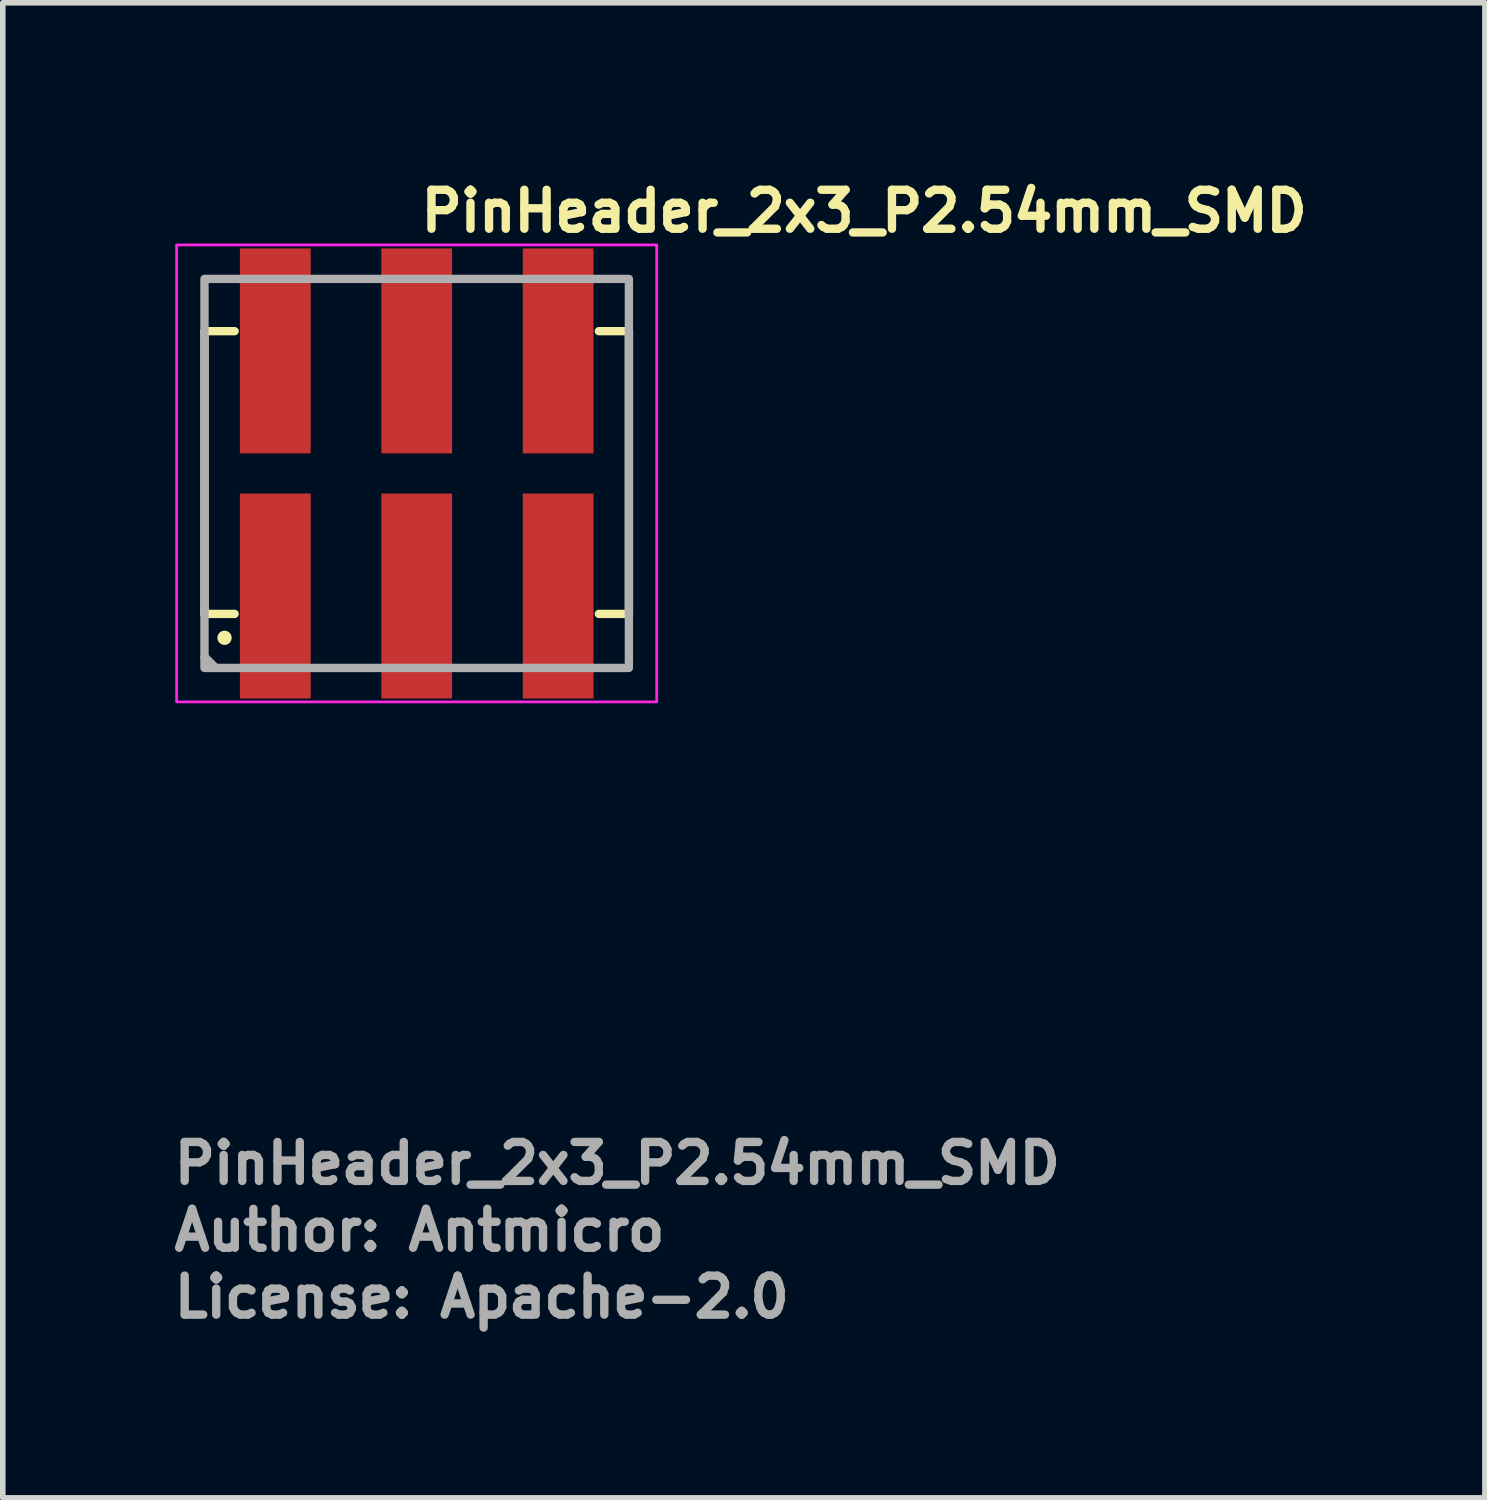
<source format=kicad_pcb>
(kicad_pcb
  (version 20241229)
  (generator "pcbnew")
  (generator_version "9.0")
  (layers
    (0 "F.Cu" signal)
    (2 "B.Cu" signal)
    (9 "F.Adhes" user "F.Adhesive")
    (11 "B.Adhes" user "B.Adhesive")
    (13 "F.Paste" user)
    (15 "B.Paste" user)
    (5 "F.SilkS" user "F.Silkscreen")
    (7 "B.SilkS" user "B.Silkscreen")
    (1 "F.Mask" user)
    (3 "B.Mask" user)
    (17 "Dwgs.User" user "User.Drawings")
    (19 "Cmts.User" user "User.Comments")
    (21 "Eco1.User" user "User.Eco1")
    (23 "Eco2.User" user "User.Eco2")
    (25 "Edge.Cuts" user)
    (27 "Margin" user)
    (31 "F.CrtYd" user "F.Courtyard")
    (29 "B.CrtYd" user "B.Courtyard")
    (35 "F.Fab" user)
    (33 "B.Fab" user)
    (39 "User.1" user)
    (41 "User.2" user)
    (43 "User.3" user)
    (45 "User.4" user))
  (footprint "PinHeader_2x3_P2.54mm_SMD"
    (layer "F.Cu")
    (at 4.431 5.45)
    (property "Reference" "PinHeader_2x3_P2.54mm_SMD" (at 0 -4.3 180) (layer "F.SilkS") (effects (font (size 0.7 0.7) (thickness 0.15)) (justify left bottom)))
    (attr smd)
    (fp_line (start -3.809 -2.555) (end -3.269 -2.555) (stroke (width 0.15) (type solid)) (layer "F.SilkS"))
    (fp_line (start -3.809 2.521) (end -3.809 -2.555) (stroke (width 0.15) (type solid)) (layer "F.SilkS"))
    (fp_line (start -3.809 2.521) (end -3.269 2.521) (stroke (width 0.15) (type solid)) (layer "F.SilkS"))
    (fp_line (start 3.81 -2.555) (end 3.27 -2.555) (stroke (width 0.15) (type solid)) (layer "F.SilkS"))
    (fp_line (start 3.81 -2.555) (end 3.81 2.521) (stroke (width 0.15) (type solid)) (layer "F.SilkS"))
    (fp_line (start 3.81 2.521) (end 3.27 2.521) (stroke (width 0.15) (type solid)) (layer "F.SilkS"))
    (fp_circle (center -3.45 2.95) (end -3.397 2.95) (stroke (width 0.15) (type solid)) (fill yes) (layer "F.SilkS"))
    (fp_rect (start -4.31 -4.103) (end 4.309 4.101) (stroke (width 0.05) (type solid)) (fill no) (layer "F.CrtYd"))
    (fp_line (start -3.81 3.29) (end -3.61 3.49) (stroke (width 0.15) (type solid)) (layer "F.Fab"))
    (fp_rect (start -3.81 -3.493) (end 3.809 3.491) (stroke (width 0.15) (type solid)) (fill no) (layer "F.Fab"))
    (fp_rect (start -3.81 -3.493) (end 3.809 3.491) (stroke (width 0.1) (type solid)) (fill no) (layer "User.5"))
    (fp_line (start -3.81 -2.032) (end -3.81 2.031) (stroke (width 0.02) (type solid)) (layer "User.9"))
    (fp_line (start -3.302 -2.54) (end -3.81 -2.032) (stroke (width 0.02) (type solid)) (layer "User.9"))
    (fp_line (start -3.302 -2.54) (end -3.302 2.539) (stroke (width 0.02) (type solid)) (layer "User.9"))
    (fp_line (start -3.302 2.539) (end -3.81 2.031) (stroke (width 0.02) (type solid)) (layer "User.9"))
    (fp_line (start -2.859 -3.239) (end -2.859 -2.54) (stroke (width 0.02) (type solid)) (layer "User.9"))
    (fp_line (start -2.859 -3.239) (end -2.731 -3.493) (stroke (width 0.02) (type solid)) (layer "User.9"))
    (fp_line (start -2.859 -1.589) (end -2.731 -1.462) (stroke (width 0.02) (type solid)) (layer "User.9"))
    (fp_line (start -2.859 -0.954) (end -2.859 -1.589) (stroke (width 0.02) (type solid)) (layer "User.9"))
    (fp_line (start -2.859 -0.954) (end -2.731 -1.081) (stroke (width 0.02) (type solid)) (layer "User.9"))
    (fp_line (start -2.859 1.586) (end -2.859 0.952) (stroke (width 0.02) (type solid)) (layer "User.9"))
    (fp_line (start -2.859 1.586) (end -2.731 1.459) (stroke (width 0.02) (type solid)) (layer "User.9"))
    (fp_line (start -2.859 2.539) (end -2.859 3.237) (stroke (width 0.02) (type solid)) (layer "User.9"))
    (fp_line (start -2.859 3.237) (end -2.731 3.491) (stroke (width 0.02) (type solid)) (layer "User.9"))
    (fp_line (start -2.731 -1.081) (end -2.731 -1.462) (stroke (width 0.02) (type solid)) (layer "User.9"))
    (fp_line (start -2.731 1.078) (end -2.859 0.952) (stroke (width 0.02) (type solid)) (layer "User.9"))
    (fp_line (start -2.731 1.459) (end -2.731 1.078) (stroke (width 0.02) (type solid)) (layer "User.9"))
    (fp_line (start -2.351 -3.493) (end -2.731 -3.493) (stroke (width 0.02) (type solid)) (layer "User.9"))
    (fp_line (start -2.351 -3.493) (end -2.223 -3.239) (stroke (width 0.02) (type solid)) (layer "User.9"))
    (fp_line (start -2.351 -1.462) (end -2.731 -1.462) (stroke (width 0.02) (type solid)) (layer "User.9"))
    (fp_line (start -2.351 -1.462) (end -2.351 -1.081) (stroke (width 0.02) (type solid)) (layer "User.9"))
    (fp_line (start -2.351 -1.081) (end -2.731 -1.081) (stroke (width 0.02) (type solid)) (layer "User.9"))
    (fp_line (start -2.351 1.078) (end -2.731 1.078) (stroke (width 0.02) (type solid)) (layer "User.9"))
    (fp_line (start -2.351 1.078) (end -2.351 1.459) (stroke (width 0.02) (type solid)) (layer "User.9"))
    (fp_line (start -2.351 1.459) (end -2.731 1.459) (stroke (width 0.02) (type solid)) (layer "User.9"))
    (fp_line (start -2.351 1.459) (end -2.223 1.586) (stroke (width 0.02) (type solid)) (layer "User.9"))
    (fp_line (start -2.351 3.491) (end -2.731 3.491) (stroke (width 0.02) (type solid)) (layer "User.9"))
    (fp_line (start -2.223 -3.239) (end -2.859 -3.239) (stroke (width 0.02) (type solid)) (layer "User.9"))
    (fp_line (start -2.223 -3.239) (end -2.223 -2.54) (stroke (width 0.02) (type solid)) (layer "User.9"))
    (fp_line (start -2.223 -1.589) (end -2.859 -1.589) (stroke (width 0.02) (type solid)) (layer "User.9"))
    (fp_line (start -2.223 -1.589) (end -2.351 -1.462) (stroke (width 0.02) (type solid)) (layer "User.9"))
    (fp_line (start -2.223 -1.589) (end -2.223 -0.954) (stroke (width 0.02) (type solid)) (layer "User.9"))
    (fp_line (start -2.223 -0.954) (end -2.859 -0.954) (stroke (width 0.02) (type solid)) (layer "User.9"))
    (fp_line (start -2.223 -0.954) (end -2.351 -1.081) (stroke (width 0.02) (type solid)) (layer "User.9"))
    (fp_line (start -2.223 0.952) (end -2.859 0.952) (stroke (width 0.02) (type solid)) (layer "User.9"))
    (fp_line (start -2.223 0.952) (end -2.351 1.078) (stroke (width 0.02) (type solid)) (layer "User.9"))
    (fp_line (start -2.223 0.952) (end -2.223 1.586) (stroke (width 0.02) (type solid)) (layer "User.9"))
    (fp_line (start -2.223 1.586) (end -2.859 1.586) (stroke (width 0.02) (type solid)) (layer "User.9"))
    (fp_line (start -2.223 2.539) (end -2.223 3.237) (stroke (width 0.02) (type solid)) (layer "User.9"))
    (fp_line (start -2.223 3.237) (end -2.859 3.237) (stroke (width 0.02) (type solid)) (layer "User.9"))
    (fp_line (start -2.223 3.237) (end -2.351 3.491) (stroke (width 0.02) (type solid)) (layer "User.9"))
    (fp_line (start -1.778 -2.54) (end -3.302 -2.54) (stroke (width 0.02) (type solid)) (layer "User.9"))
    (fp_line (start -1.778 -2.54) (end -1.778 2.539) (stroke (width 0.02) (type solid)) (layer "User.9"))
    (fp_line (start -1.778 -2.54) (end -1.27 -2.032) (stroke (width 0.02) (type solid)) (layer "User.9"))
    (fp_line (start -1.778 2.539) (end -3.302 2.539) (stroke (width 0.02) (type solid)) (layer "User.9"))
    (fp_line (start -1.27 -2.032) (end -1.27 2.031) (stroke (width 0.02) (type solid)) (layer "User.9"))
    (fp_line (start -1.27 -2.032) (end -0.762 -2.54) (stroke (width 0.02) (type solid)) (layer "User.9"))
    (fp_line (start -1.27 2.031) (end -1.778 2.539) (stroke (width 0.02) (type solid)) (layer "User.9"))
    (fp_line (start -0.762 -2.54) (end -0.762 2.539) (stroke (width 0.02) (type solid)) (layer "User.9"))
    (fp_line (start -0.762 2.539) (end -1.27 2.031) (stroke (width 0.02) (type solid)) (layer "User.9"))
    (fp_line (start -0.318 -3.239) (end -0.318 -2.54) (stroke (width 0.02) (type solid)) (layer "User.9"))
    (fp_line (start -0.318 -3.239) (end -0.191 -3.493) (stroke (width 0.02) (type solid)) (layer "User.9"))
    (fp_line (start -0.318 -1.589) (end -0.191 -1.462) (stroke (width 0.02) (type solid)) (layer "User.9"))
    (fp_line (start -0.318 -0.954) (end -0.318 -1.589) (stroke (width 0.02) (type solid)) (layer "User.9"))
    (fp_line (start -0.318 -0.954) (end -0.191 -1.081) (stroke (width 0.02) (type solid)) (layer "User.9"))
    (fp_line (start -0.318 1.586) (end -0.318 0.952) (stroke (width 0.02) (type solid)) (layer "User.9"))
    (fp_line (start -0.318 1.586) (end -0.191 1.459) (stroke (width 0.02) (type solid)) (layer "User.9"))
    (fp_line (start -0.318 2.539) (end -0.318 3.237) (stroke (width 0.02) (type solid)) (layer "User.9"))
    (fp_line (start -0.318 3.237) (end -0.191 3.491) (stroke (width 0.02) (type solid)) (layer "User.9"))
    (fp_line (start -0.191 -1.081) (end -0.191 -1.462) (stroke (width 0.02) (type solid)) (layer "User.9"))
    (fp_line (start -0.191 1.078) (end -0.318 0.952) (stroke (width 0.02) (type solid)) (layer "User.9"))
    (fp_line (start -0.191 1.459) (end -0.191 1.078) (stroke (width 0.02) (type solid)) (layer "User.9"))
    (fp_line (start 0.189 -3.493) (end -0.191 -3.493) (stroke (width 0.02) (type solid)) (layer "User.9"))
    (fp_line (start 0.189 -3.493) (end 0.316 -3.239) (stroke (width 0.02) (type solid)) (layer "User.9"))
    (fp_line (start 0.189 -1.462) (end -0.191 -1.462) (stroke (width 0.02) (type solid)) (layer "User.9"))
    (fp_line (start 0.189 -1.462) (end 0.189 -1.081) (stroke (width 0.02) (type solid)) (layer "User.9"))
    (fp_line (start 0.189 -1.081) (end -0.191 -1.081) (stroke (width 0.02) (type solid)) (layer "User.9"))
    (fp_line (start 0.189 1.078) (end -0.191 1.078) (stroke (width 0.02) (type solid)) (layer "User.9"))
    (fp_line (start 0.189 1.078) (end 0.189 1.459) (stroke (width 0.02) (type solid)) (layer "User.9"))
    (fp_line (start 0.189 1.459) (end -0.191 1.459) (stroke (width 0.02) (type solid)) (layer "User.9"))
    (fp_line (start 0.189 1.459) (end 0.316 1.586) (stroke (width 0.02) (type solid)) (layer "User.9"))
    (fp_line (start 0.189 3.491) (end -0.191 3.491) (stroke (width 0.02) (type solid)) (layer "User.9"))
    (fp_line (start 0.316 -3.239) (end -0.318 -3.239) (stroke (width 0.02) (type solid)) (layer "User.9"))
    (fp_line (start 0.316 -3.239) (end 0.316 -2.54) (stroke (width 0.02) (type solid)) (layer "User.9"))
    (fp_line (start 0.316 -1.589) (end -0.318 -1.589) (stroke (width 0.02) (type solid)) (layer "User.9"))
    (fp_line (start 0.316 -1.589) (end 0.189 -1.462) (stroke (width 0.02) (type solid)) (layer "User.9"))
    (fp_line (start 0.316 -1.589) (end 0.316 -0.954) (stroke (width 0.02) (type solid)) (layer "User.9"))
    (fp_line (start 0.316 -0.954) (end -0.318 -0.954) (stroke (width 0.02) (type solid)) (layer "User.9"))
    (fp_line (start 0.316 -0.954) (end 0.189 -1.081) (stroke (width 0.02) (type solid)) (layer "User.9"))
    (fp_line (start 0.316 0.952) (end -0.318 0.952) (stroke (width 0.02) (type solid)) (layer "User.9"))
    (fp_line (start 0.316 0.952) (end 0.189 1.078) (stroke (width 0.02) (type solid)) (layer "User.9"))
    (fp_line (start 0.316 0.952) (end 0.316 1.586) (stroke (width 0.02) (type solid)) (layer "User.9"))
    (fp_line (start 0.316 1.586) (end -0.318 1.586) (stroke (width 0.02) (type solid)) (layer "User.9"))
    (fp_line (start 0.316 2.539) (end 0.316 3.237) (stroke (width 0.02) (type solid)) (layer "User.9"))
    (fp_line (start 0.316 3.237) (end -0.318 3.237) (stroke (width 0.02) (type solid)) (layer "User.9"))
    (fp_line (start 0.316 3.237) (end 0.189 3.491) (stroke (width 0.02) (type solid)) (layer "User.9"))
    (fp_line (start 0.76 -2.54) (end -0.762 -2.54) (stroke (width 0.02) (type solid)) (layer "User.9"))
    (fp_line (start 0.76 -2.54) (end 0.76 2.539) (stroke (width 0.02) (type solid)) (layer "User.9"))
    (fp_line (start 0.76 -2.54) (end 1.269 -2.032) (stroke (width 0.02) (type solid)) (layer "User.9"))
    (fp_line (start 0.76 2.539) (end -0.762 2.539) (stroke (width 0.02) (type solid)) (layer "User.9"))
    (fp_line (start 1.269 -2.032) (end 1.269 2.031) (stroke (width 0.02) (type solid)) (layer "User.9"))
    (fp_line (start 1.269 -2.032) (end 1.777 -2.54) (stroke (width 0.02) (type solid)) (layer "User.9"))
    (fp_line (start 1.269 2.031) (end 0.76 2.539) (stroke (width 0.02) (type solid)) (layer "User.9"))
    (fp_line (start 1.777 -2.54) (end 1.777 2.539) (stroke (width 0.02) (type solid)) (layer "User.9"))
    (fp_line (start 1.777 2.539) (end 1.269 2.031) (stroke (width 0.02) (type solid)) (layer "User.9"))
    (fp_line (start 2.221 -3.239) (end 2.221 -2.54) (stroke (width 0.02) (type solid)) (layer "User.9"))
    (fp_line (start 2.221 -3.239) (end 2.349 -3.493) (stroke (width 0.02) (type solid)) (layer "User.9"))
    (fp_line (start 2.221 -1.589) (end 2.349 -1.462) (stroke (width 0.02) (type solid)) (layer "User.9"))
    (fp_line (start 2.221 -0.954) (end 2.221 -1.589) (stroke (width 0.02) (type solid)) (layer "User.9"))
    (fp_line (start 2.221 -0.954) (end 2.349 -1.081) (stroke (width 0.02) (type solid)) (layer "User.9"))
    (fp_line (start 2.221 1.586) (end 2.221 0.952) (stroke (width 0.02) (type solid)) (layer "User.9"))
    (fp_line (start 2.221 1.586) (end 2.349 1.459) (stroke (width 0.02) (type solid)) (layer "User.9"))
    (fp_line (start 2.221 2.539) (end 2.221 3.237) (stroke (width 0.02) (type solid)) (layer "User.9"))
    (fp_line (start 2.221 3.237) (end 2.349 3.491) (stroke (width 0.02) (type solid)) (layer "User.9"))
    (fp_line (start 2.349 -1.081) (end 2.349 -1.462) (stroke (width 0.02) (type solid)) (layer "User.9"))
    (fp_line (start 2.349 1.078) (end 2.221 0.952) (stroke (width 0.02) (type solid)) (layer "User.9"))
    (fp_line (start 2.349 1.459) (end 2.349 1.078) (stroke (width 0.02) (type solid)) (layer "User.9"))
    (fp_line (start 2.729 -3.493) (end 2.349 -3.493) (stroke (width 0.02) (type solid)) (layer "User.9"))
    (fp_line (start 2.729 -3.493) (end 2.857 -3.239) (stroke (width 0.02) (type solid)) (layer "User.9"))
    (fp_line (start 2.729 -1.462) (end 2.349 -1.462) (stroke (width 0.02) (type solid)) (layer "User.9"))
    (fp_line (start 2.729 -1.462) (end 2.729 -1.081) (stroke (width 0.02) (type solid)) (layer "User.9"))
    (fp_line (start 2.729 -1.081) (end 2.349 -1.081) (stroke (width 0.02) (type solid)) (layer "User.9"))
    (fp_line (start 2.729 1.078) (end 2.349 1.078) (stroke (width 0.02) (type solid)) (layer "User.9"))
    (fp_line (start 2.729 1.078) (end 2.729 1.459) (stroke (width 0.02) (type solid)) (layer "User.9"))
    (fp_line (start 2.729 1.459) (end 2.349 1.459) (stroke (width 0.02) (type solid)) (layer "User.9"))
    (fp_line (start 2.729 1.459) (end 2.857 1.586) (stroke (width 0.02) (type solid)) (layer "User.9"))
    (fp_line (start 2.729 3.491) (end 2.349 3.491) (stroke (width 0.02) (type solid)) (layer "User.9"))
    (fp_line (start 2.857 -3.239) (end 2.221 -3.239) (stroke (width 0.02) (type solid)) (layer "User.9"))
    (fp_line (start 2.857 -3.239) (end 2.857 -2.54) (stroke (width 0.02) (type solid)) (layer "User.9"))
    (fp_line (start 2.857 -1.589) (end 2.221 -1.589) (stroke (width 0.02) (type solid)) (layer "User.9"))
    (fp_line (start 2.857 -1.589) (end 2.729 -1.462) (stroke (width 0.02) (type solid)) (layer "User.9"))
    (fp_line (start 2.857 -1.589) (end 2.857 -0.954) (stroke (width 0.02) (type solid)) (layer "User.9"))
    (fp_line (start 2.857 -0.954) (end 2.221 -0.954) (stroke (width 0.02) (type solid)) (layer "User.9"))
    (fp_line (start 2.857 -0.954) (end 2.729 -1.081) (stroke (width 0.02) (type solid)) (layer "User.9"))
    (fp_line (start 2.857 0.952) (end 2.221 0.952) (stroke (width 0.02) (type solid)) (layer "User.9"))
    (fp_line (start 2.857 0.952) (end 2.729 1.078) (stroke (width 0.02) (type solid)) (layer "User.9"))
    (fp_line (start 2.857 0.952) (end 2.857 1.586) (stroke (width 0.02) (type solid)) (layer "User.9"))
    (fp_line (start 2.857 1.586) (end 2.221 1.586) (stroke (width 0.02) (type solid)) (layer "User.9"))
    (fp_line (start 2.857 2.539) (end 2.857 3.237) (stroke (width 0.02) (type solid)) (layer "User.9"))
    (fp_line (start 2.857 3.237) (end 2.221 3.237) (stroke (width 0.02) (type solid)) (layer "User.9"))
    (fp_line (start 2.857 3.237) (end 2.729 3.491) (stroke (width 0.02) (type solid)) (layer "User.9"))
    (fp_line (start 3.301 -2.54) (end 1.777 -2.54) (stroke (width 0.02) (type solid)) (layer "User.9"))
    (fp_line (start 3.301 -2.54) (end 3.301 2.539) (stroke (width 0.02) (type solid)) (layer "User.9"))
    (fp_line (start 3.301 2.539) (end 1.777 2.539) (stroke (width 0.02) (type solid)) (layer "User.9"))
    (fp_line (start 3.809 -2.032) (end 3.301 -2.54) (stroke (width 0.02) (type solid)) (layer "User.9"))
    (fp_line (start 3.809 -2.032) (end 3.809 2.031) (stroke (width 0.02) (type solid)) (layer "User.9"))
    (fp_line (start 3.809 2.031) (end 3.301 2.539) (stroke (width 0.02) (type solid)) (layer "User.9"))
    (fp_text user "License: Apache-2.0" (at -4.431 15.194 0) (layer "F.Fab") (effects (font (size 0.7 0.7) (thickness 0.15)) (justify left bottom)))
    (fp_text user "Author: Antmicro" (at -4.431 13.994 0) (layer "F.Fab") (effects (font (size 0.7 0.7) (thickness 0.15)) (justify left bottom)))
    (fp_text user "${REFERENCE}" (at -4.431 12.794 0) (layer "F.Fab") (effects (font (size 0.7 0.7) (thickness 0.15)) (justify left bottom)))
    (pad "1" smd rect (at -2.539 2.2) (size 1.27 3.68) (layers "F.Cu" "F.Mask" "F.Paste"))
    (pad "2" smd rect (at -2.539 -2.2 180) (size 1.27 3.68) (layers "F.Cu" "F.Mask" "F.Paste"))
    (pad "3" smd rect (at 0 2.2) (size 1.27 3.68) (layers "F.Cu" "F.Mask" "F.Paste"))
    (pad "4" smd rect (at 0 -2.2 180) (size 1.27 3.68) (layers "F.Cu" "F.Mask" "F.Paste"))
    (pad "5" smd rect (at 2.539 2.2) (size 1.27 3.68) (layers "F.Cu" "F.Mask" "F.Paste"))
    (pad "6" smd rect (at 2.539 -2.2 180) (size 1.27 3.68) (layers "F.Cu" "F.Mask" "F.Paste")))
  (gr_rect
    (start -3 -3)
    (end 23.608 23.84)
    (stroke (width 0.1) (type default))
    (fill no)
    (layer "Edge.Cuts")))
</source>
